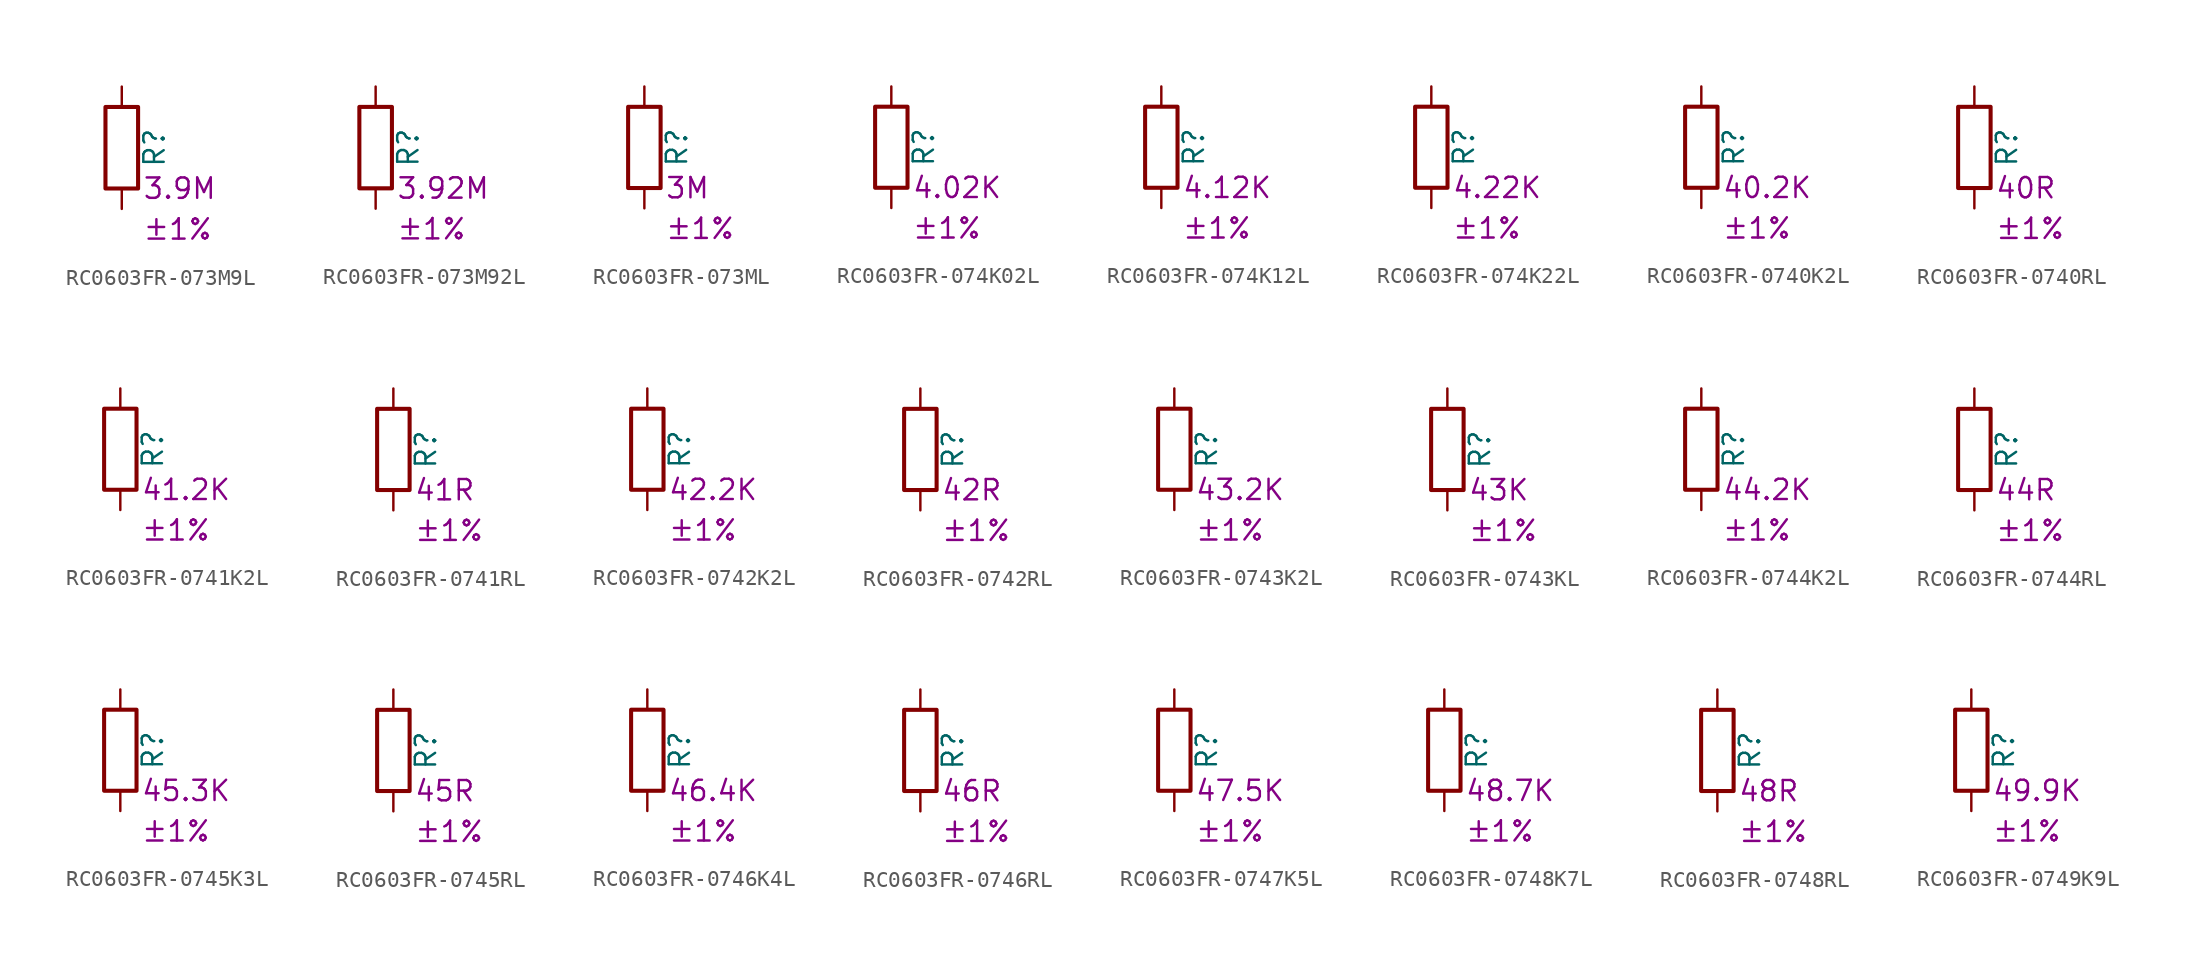
<source format=kicad_sym>
(kicad_symbol_lib
  (version 20220914)
  (generator kicad_symbol_editor)
  (symbol "RC0603FR-073M9L"
    (pin_numbers hide)
    (pin_names
      (offset 0))
    (property "Reference" "R"
      (at 2.032 0 90)
      (effects (font (size 1.27 1.27))))
    (property "Resistance" "3.9M"
      (at 1.27 -2.54 0)
      (effects (font (size 1.27 1.27)) (justify left)))
    (property "Tolerance" "±1%"
      (at 1.27 -5.08 0)
      (effects (font (size 1.27 1.27)) (justify left)))
    (symbol "RC0603FR-073M9L_0_1"
      (rectangle (start -1.016 -2.54) (end 1.016 2.54) (stroke (width 0.254) (type default)) (fill (type none))))
    (symbol "RC0603FR-073M9L_1_1"
      (pin passive line (at 0 3.81 270) (length 1.27) (name "~" (effects (font (size 1.27 1.27)))) (number "1" (effects (font (size 1.27 1.27)))))
      (pin passive line (at 0 -3.81 90) (length 1.27) (name "~" (effects (font (size 1.27 1.27)))) (number "2" (effects (font (size 1.27 1.27)))))))
  (symbol "RC0603FR-073M92L"
    (pin_numbers hide)
    (pin_names
      (offset 0))
    (property "Reference" "R"
      (at 2.032 0 90)
      (effects (font (size 1.27 1.27))))
    (property "Resistance" "3.92M"
      (at 1.27 -2.54 0)
      (effects (font (size 1.27 1.27)) (justify left)))
    (property "Tolerance" "±1%"
      (at 1.27 -5.08 0)
      (effects (font (size 1.27 1.27)) (justify left)))
    (symbol "RC0603FR-073M92L_0_1"
      (rectangle (start -1.016 -2.54) (end 1.016 2.54) (stroke (width 0.254) (type default)) (fill (type none))))
    (symbol "RC0603FR-073M92L_1_1"
      (pin passive line (at 0 3.81 270) (length 1.27) (name "~" (effects (font (size 1.27 1.27)))) (number "1" (effects (font (size 1.27 1.27)))))
      (pin passive line (at 0 -3.81 90) (length 1.27) (name "~" (effects (font (size 1.27 1.27)))) (number "2" (effects (font (size 1.27 1.27)))))))
  (symbol "RC0603FR-073ML"
    (pin_numbers hide)
    (pin_names
      (offset 0))
    (property "Reference" "R"
      (at 2.032 0 90)
      (effects (font (size 1.27 1.27))))
    (property "Resistance" "3M"
      (at 1.27 -2.54 0)
      (effects (font (size 1.27 1.27)) (justify left)))
    (property "Tolerance" "±1%"
      (at 1.27 -5.08 0)
      (effects (font (size 1.27 1.27)) (justify left)))
    (symbol "RC0603FR-073ML_0_1"
      (rectangle (start -1.016 -2.54) (end 1.016 2.54) (stroke (width 0.254) (type default)) (fill (type none))))
    (symbol "RC0603FR-073ML_1_1"
      (pin passive line (at 0 3.81 270) (length 1.27) (name "~" (effects (font (size 1.27 1.27)))) (number "1" (effects (font (size 1.27 1.27)))))
      (pin passive line (at 0 -3.81 90) (length 1.27) (name "~" (effects (font (size 1.27 1.27)))) (number "2" (effects (font (size 1.27 1.27)))))))
  (symbol "RC0603FR-074K02L"
    (pin_numbers hide)
    (pin_names
      (offset 0))
    (property "Reference" "R"
      (at 2.032 0 90)
      (effects (font (size 1.27 1.27))))
    (property "Resistance" "4.02K"
      (at 1.27 -2.54 0)
      (effects (font (size 1.27 1.27)) (justify left)))
    (property "Tolerance" "±1%"
      (at 1.27 -5.08 0)
      (effects (font (size 1.27 1.27)) (justify left)))
    (symbol "RC0603FR-074K02L_0_1"
      (rectangle (start -1.016 -2.54) (end 1.016 2.54) (stroke (width 0.254) (type default)) (fill (type none))))
    (symbol "RC0603FR-074K02L_1_1"
      (pin passive line (at 0 3.81 270) (length 1.27) (name "~" (effects (font (size 1.27 1.27)))) (number "1" (effects (font (size 1.27 1.27)))))
      (pin passive line (at 0 -3.81 90) (length 1.27) (name "~" (effects (font (size 1.27 1.27)))) (number "2" (effects (font (size 1.27 1.27)))))))
  (symbol "RC0603FR-074K12L"
    (pin_numbers hide)
    (pin_names
      (offset 0))
    (property "Reference" "R"
      (at 2.032 0 90)
      (effects (font (size 1.27 1.27))))
    (property "Resistance" "4.12K"
      (at 1.27 -2.54 0)
      (effects (font (size 1.27 1.27)) (justify left)))
    (property "Tolerance" "±1%"
      (at 1.27 -5.08 0)
      (effects (font (size 1.27 1.27)) (justify left)))
    (symbol "RC0603FR-074K12L_0_1"
      (rectangle (start -1.016 -2.54) (end 1.016 2.54) (stroke (width 0.254) (type default)) (fill (type none))))
    (symbol "RC0603FR-074K12L_1_1"
      (pin passive line (at 0 3.81 270) (length 1.27) (name "~" (effects (font (size 1.27 1.27)))) (number "1" (effects (font (size 1.27 1.27)))))
      (pin passive line (at 0 -3.81 90) (length 1.27) (name "~" (effects (font (size 1.27 1.27)))) (number "2" (effects (font (size 1.27 1.27)))))))
  (symbol "RC0603FR-074K22L"
    (pin_numbers hide)
    (pin_names
      (offset 0))
    (property "Reference" "R"
      (at 2.032 0 90)
      (effects (font (size 1.27 1.27))))
    (property "Resistance" "4.22K"
      (at 1.27 -2.54 0)
      (effects (font (size 1.27 1.27)) (justify left)))
    (property "Tolerance" "±1%"
      (at 1.27 -5.08 0)
      (effects (font (size 1.27 1.27)) (justify left)))
    (symbol "RC0603FR-074K22L_0_1"
      (rectangle (start -1.016 -2.54) (end 1.016 2.54) (stroke (width 0.254) (type default)) (fill (type none))))
    (symbol "RC0603FR-074K22L_1_1"
      (pin passive line (at 0 3.81 270) (length 1.27) (name "~" (effects (font (size 1.27 1.27)))) (number "1" (effects (font (size 1.27 1.27)))))
      (pin passive line (at 0 -3.81 90) (length 1.27) (name "~" (effects (font (size 1.27 1.27)))) (number "2" (effects (font (size 1.27 1.27)))))))
  (symbol "RC0603FR-0740K2L"
    (pin_numbers hide)
    (pin_names
      (offset 0))
    (property "Reference" "R"
      (at 2.032 0 90)
      (effects (font (size 1.27 1.27))))
    (property "Resistance" "40.2K"
      (at 1.27 -2.54 0)
      (effects (font (size 1.27 1.27)) (justify left)))
    (property "Tolerance" "±1%"
      (at 1.27 -5.08 0)
      (effects (font (size 1.27 1.27)) (justify left)))
    (symbol "RC0603FR-0740K2L_0_1"
      (rectangle (start -1.016 -2.54) (end 1.016 2.54) (stroke (width 0.254) (type default)) (fill (type none))))
    (symbol "RC0603FR-0740K2L_1_1"
      (pin passive line (at 0 3.81 270) (length 1.27) (name "~" (effects (font (size 1.27 1.27)))) (number "1" (effects (font (size 1.27 1.27)))))
      (pin passive line (at 0 -3.81 90) (length 1.27) (name "~" (effects (font (size 1.27 1.27)))) (number "2" (effects (font (size 1.27 1.27)))))))
  (symbol "RC0603FR-0740RL"
    (pin_numbers hide)
    (pin_names
      (offset 0))
    (property "Reference" "R"
      (at 2.032 0 90)
      (effects (font (size 1.27 1.27))))
    (property "Resistance" "40R"
      (at 1.27 -2.54 0)
      (effects (font (size 1.27 1.27)) (justify left)))
    (property "Tolerance" "±1%"
      (at 1.27 -5.08 0)
      (effects (font (size 1.27 1.27)) (justify left)))
    (symbol "RC0603FR-0740RL_0_1"
      (rectangle (start -1.016 -2.54) (end 1.016 2.54) (stroke (width 0.254) (type default)) (fill (type none))))
    (symbol "RC0603FR-0740RL_1_1"
      (pin passive line (at 0 3.81 270) (length 1.27) (name "~" (effects (font (size 1.27 1.27)))) (number "1" (effects (font (size 1.27 1.27)))))
      (pin passive line (at 0 -3.81 90) (length 1.27) (name "~" (effects (font (size 1.27 1.27)))) (number "2" (effects (font (size 1.27 1.27)))))))
  (symbol "RC0603FR-0741K2L"
    (pin_numbers hide)
    (pin_names
      (offset 0))
    (property "Reference" "R"
      (at 2.032 0 90)
      (effects (font (size 1.27 1.27))))
    (property "Resistance" "41.2K"
      (at 1.27 -2.54 0)
      (effects (font (size 1.27 1.27)) (justify left)))
    (property "Tolerance" "±1%"
      (at 1.27 -5.08 0)
      (effects (font (size 1.27 1.27)) (justify left)))
    (symbol "RC0603FR-0741K2L_0_1"
      (rectangle (start -1.016 -2.54) (end 1.016 2.54) (stroke (width 0.254) (type default)) (fill (type none))))
    (symbol "RC0603FR-0741K2L_1_1"
      (pin passive line (at 0 3.81 270) (length 1.27) (name "~" (effects (font (size 1.27 1.27)))) (number "1" (effects (font (size 1.27 1.27)))))
      (pin passive line (at 0 -3.81 90) (length 1.27) (name "~" (effects (font (size 1.27 1.27)))) (number "2" (effects (font (size 1.27 1.27)))))))
  (symbol "RC0603FR-0741RL"
    (pin_numbers hide)
    (pin_names
      (offset 0))
    (property "Reference" "R"
      (at 2.032 0 90)
      (effects (font (size 1.27 1.27))))
    (property "Resistance" "41R"
      (at 1.27 -2.54 0)
      (effects (font (size 1.27 1.27)) (justify left)))
    (property "Tolerance" "±1%"
      (at 1.27 -5.08 0)
      (effects (font (size 1.27 1.27)) (justify left)))
    (symbol "RC0603FR-0741RL_0_1"
      (rectangle (start -1.016 -2.54) (end 1.016 2.54) (stroke (width 0.254) (type default)) (fill (type none))))
    (symbol "RC0603FR-0741RL_1_1"
      (pin passive line (at 0 3.81 270) (length 1.27) (name "~" (effects (font (size 1.27 1.27)))) (number "1" (effects (font (size 1.27 1.27)))))
      (pin passive line (at 0 -3.81 90) (length 1.27) (name "~" (effects (font (size 1.27 1.27)))) (number "2" (effects (font (size 1.27 1.27)))))))
  (symbol "RC0603FR-0742K2L"
    (pin_numbers hide)
    (pin_names
      (offset 0))
    (property "Reference" "R"
      (at 2.032 0 90)
      (effects (font (size 1.27 1.27))))
    (property "Resistance" "42.2K"
      (at 1.27 -2.54 0)
      (effects (font (size 1.27 1.27)) (justify left)))
    (property "Tolerance" "±1%"
      (at 1.27 -5.08 0)
      (effects (font (size 1.27 1.27)) (justify left)))
    (symbol "RC0603FR-0742K2L_0_1"
      (rectangle (start -1.016 -2.54) (end 1.016 2.54) (stroke (width 0.254) (type default)) (fill (type none))))
    (symbol "RC0603FR-0742K2L_1_1"
      (pin passive line (at 0 3.81 270) (length 1.27) (name "~" (effects (font (size 1.27 1.27)))) (number "1" (effects (font (size 1.27 1.27)))))
      (pin passive line (at 0 -3.81 90) (length 1.27) (name "~" (effects (font (size 1.27 1.27)))) (number "2" (effects (font (size 1.27 1.27)))))))
  (symbol "RC0603FR-0742RL"
    (pin_numbers hide)
    (pin_names
      (offset 0))
    (property "Reference" "R"
      (at 2.032 0 90)
      (effects (font (size 1.27 1.27))))
    (property "Resistance" "42R"
      (at 1.27 -2.54 0)
      (effects (font (size 1.27 1.27)) (justify left)))
    (property "Tolerance" "±1%"
      (at 1.27 -5.08 0)
      (effects (font (size 1.27 1.27)) (justify left)))
    (symbol "RC0603FR-0742RL_0_1"
      (rectangle (start -1.016 -2.54) (end 1.016 2.54) (stroke (width 0.254) (type default)) (fill (type none))))
    (symbol "RC0603FR-0742RL_1_1"
      (pin passive line (at 0 3.81 270) (length 1.27) (name "~" (effects (font (size 1.27 1.27)))) (number "1" (effects (font (size 1.27 1.27)))))
      (pin passive line (at 0 -3.81 90) (length 1.27) (name "~" (effects (font (size 1.27 1.27)))) (number "2" (effects (font (size 1.27 1.27)))))))
  (symbol "RC0603FR-0743K2L"
    (pin_numbers hide)
    (pin_names
      (offset 0))
    (property "Reference" "R"
      (at 2.032 0 90)
      (effects (font (size 1.27 1.27))))
    (property "Resistance" "43.2K"
      (at 1.27 -2.54 0)
      (effects (font (size 1.27 1.27)) (justify left)))
    (property "Tolerance" "±1%"
      (at 1.27 -5.08 0)
      (effects (font (size 1.27 1.27)) (justify left)))
    (symbol "RC0603FR-0743K2L_0_1"
      (rectangle (start -1.016 -2.54) (end 1.016 2.54) (stroke (width 0.254) (type default)) (fill (type none))))
    (symbol "RC0603FR-0743K2L_1_1"
      (pin passive line (at 0 3.81 270) (length 1.27) (name "~" (effects (font (size 1.27 1.27)))) (number "1" (effects (font (size 1.27 1.27)))))
      (pin passive line (at 0 -3.81 90) (length 1.27) (name "~" (effects (font (size 1.27 1.27)))) (number "2" (effects (font (size 1.27 1.27)))))))
  (symbol "RC0603FR-0743KL"
    (pin_numbers hide)
    (pin_names
      (offset 0))
    (property "Reference" "R"
      (at 2.032 0 90)
      (effects (font (size 1.27 1.27))))
    (property "Resistance" "43K"
      (at 1.27 -2.54 0)
      (effects (font (size 1.27 1.27)) (justify left)))
    (property "Tolerance" "±1%"
      (at 1.27 -5.08 0)
      (effects (font (size 1.27 1.27)) (justify left)))
    (symbol "RC0603FR-0743KL_0_1"
      (rectangle (start -1.016 -2.54) (end 1.016 2.54) (stroke (width 0.254) (type default)) (fill (type none))))
    (symbol "RC0603FR-0743KL_1_1"
      (pin passive line (at 0 3.81 270) (length 1.27) (name "~" (effects (font (size 1.27 1.27)))) (number "1" (effects (font (size 1.27 1.27)))))
      (pin passive line (at 0 -3.81 90) (length 1.27) (name "~" (effects (font (size 1.27 1.27)))) (number "2" (effects (font (size 1.27 1.27)))))))
  (symbol "RC0603FR-0744K2L"
    (pin_numbers hide)
    (pin_names
      (offset 0))
    (property "Reference" "R"
      (at 2.032 0 90)
      (effects (font (size 1.27 1.27))))
    (property "Resistance" "44.2K"
      (at 1.27 -2.54 0)
      (effects (font (size 1.27 1.27)) (justify left)))
    (property "Tolerance" "±1%"
      (at 1.27 -5.08 0)
      (effects (font (size 1.27 1.27)) (justify left)))
    (symbol "RC0603FR-0744K2L_0_1"
      (rectangle (start -1.016 -2.54) (end 1.016 2.54) (stroke (width 0.254) (type default)) (fill (type none))))
    (symbol "RC0603FR-0744K2L_1_1"
      (pin passive line (at 0 3.81 270) (length 1.27) (name "~" (effects (font (size 1.27 1.27)))) (number "1" (effects (font (size 1.27 1.27)))))
      (pin passive line (at 0 -3.81 90) (length 1.27) (name "~" (effects (font (size 1.27 1.27)))) (number "2" (effects (font (size 1.27 1.27)))))))
  (symbol "RC0603FR-0744RL"
    (pin_numbers hide)
    (pin_names
      (offset 0))
    (property "Reference" "R"
      (at 2.032 0 90)
      (effects (font (size 1.27 1.27))))
    (property "Resistance" "44R"
      (at 1.27 -2.54 0)
      (effects (font (size 1.27 1.27)) (justify left)))
    (property "Tolerance" "±1%"
      (at 1.27 -5.08 0)
      (effects (font (size 1.27 1.27)) (justify left)))
    (symbol "RC0603FR-0744RL_0_1"
      (rectangle (start -1.016 -2.54) (end 1.016 2.54) (stroke (width 0.254) (type default)) (fill (type none))))
    (symbol "RC0603FR-0744RL_1_1"
      (pin passive line (at 0 3.81 270) (length 1.27) (name "~" (effects (font (size 1.27 1.27)))) (number "1" (effects (font (size 1.27 1.27)))))
      (pin passive line (at 0 -3.81 90) (length 1.27) (name "~" (effects (font (size 1.27 1.27)))) (number "2" (effects (font (size 1.27 1.27)))))))
  (symbol "RC0603FR-0745K3L"
    (pin_numbers hide)
    (pin_names
      (offset 0))
    (property "Reference" "R"
      (at 2.032 0 90)
      (effects (font (size 1.27 1.27))))
    (property "Resistance" "45.3K"
      (at 1.27 -2.54 0)
      (effects (font (size 1.27 1.27)) (justify left)))
    (property "Tolerance" "±1%"
      (at 1.27 -5.08 0)
      (effects (font (size 1.27 1.27)) (justify left)))
    (symbol "RC0603FR-0745K3L_0_1"
      (rectangle (start -1.016 -2.54) (end 1.016 2.54) (stroke (width 0.254) (type default)) (fill (type none))))
    (symbol "RC0603FR-0745K3L_1_1"
      (pin passive line (at 0 3.81 270) (length 1.27) (name "~" (effects (font (size 1.27 1.27)))) (number "1" (effects (font (size 1.27 1.27)))))
      (pin passive line (at 0 -3.81 90) (length 1.27) (name "~" (effects (font (size 1.27 1.27)))) (number "2" (effects (font (size 1.27 1.27)))))))
  (symbol "RC0603FR-0745RL"
    (pin_numbers hide)
    (pin_names
      (offset 0))
    (property "Reference" "R"
      (at 2.032 0 90)
      (effects (font (size 1.27 1.27))))
    (property "Resistance" "45R"
      (at 1.27 -2.54 0)
      (effects (font (size 1.27 1.27)) (justify left)))
    (property "Tolerance" "±1%"
      (at 1.27 -5.08 0)
      (effects (font (size 1.27 1.27)) (justify left)))
    (symbol "RC0603FR-0745RL_0_1"
      (rectangle (start -1.016 -2.54) (end 1.016 2.54) (stroke (width 0.254) (type default)) (fill (type none))))
    (symbol "RC0603FR-0745RL_1_1"
      (pin passive line (at 0 3.81 270) (length 1.27) (name "~" (effects (font (size 1.27 1.27)))) (number "1" (effects (font (size 1.27 1.27)))))
      (pin passive line (at 0 -3.81 90) (length 1.27) (name "~" (effects (font (size 1.27 1.27)))) (number "2" (effects (font (size 1.27 1.27)))))))
  (symbol "RC0603FR-0746K4L"
    (pin_numbers hide)
    (pin_names
      (offset 0))
    (property "Reference" "R"
      (at 2.032 0 90)
      (effects (font (size 1.27 1.27))))
    (property "Resistance" "46.4K"
      (at 1.27 -2.54 0)
      (effects (font (size 1.27 1.27)) (justify left)))
    (property "Tolerance" "±1%"
      (at 1.27 -5.08 0)
      (effects (font (size 1.27 1.27)) (justify left)))
    (symbol "RC0603FR-0746K4L_0_1"
      (rectangle (start -1.016 -2.54) (end 1.016 2.54) (stroke (width 0.254) (type default)) (fill (type none))))
    (symbol "RC0603FR-0746K4L_1_1"
      (pin passive line (at 0 3.81 270) (length 1.27) (name "~" (effects (font (size 1.27 1.27)))) (number "1" (effects (font (size 1.27 1.27)))))
      (pin passive line (at 0 -3.81 90) (length 1.27) (name "~" (effects (font (size 1.27 1.27)))) (number "2" (effects (font (size 1.27 1.27)))))))
  (symbol "RC0603FR-0746RL"
    (pin_numbers hide)
    (pin_names
      (offset 0))
    (property "Reference" "R"
      (at 2.032 0 90)
      (effects (font (size 1.27 1.27))))
    (property "Resistance" "46R"
      (at 1.27 -2.54 0)
      (effects (font (size 1.27 1.27)) (justify left)))
    (property "Tolerance" "±1%"
      (at 1.27 -5.08 0)
      (effects (font (size 1.27 1.27)) (justify left)))
    (symbol "RC0603FR-0746RL_0_1"
      (rectangle (start -1.016 -2.54) (end 1.016 2.54) (stroke (width 0.254) (type default)) (fill (type none))))
    (symbol "RC0603FR-0746RL_1_1"
      (pin passive line (at 0 3.81 270) (length 1.27) (name "~" (effects (font (size 1.27 1.27)))) (number "1" (effects (font (size 1.27 1.27)))))
      (pin passive line (at 0 -3.81 90) (length 1.27) (name "~" (effects (font (size 1.27 1.27)))) (number "2" (effects (font (size 1.27 1.27)))))))
  (symbol "RC0603FR-0747K5L"
    (pin_numbers hide)
    (pin_names
      (offset 0))
    (property "Reference" "R"
      (at 2.032 0 90)
      (effects (font (size 1.27 1.27))))
    (property "Resistance" "47.5K"
      (at 1.27 -2.54 0)
      (effects (font (size 1.27 1.27)) (justify left)))
    (property "Tolerance" "±1%"
      (at 1.27 -5.08 0)
      (effects (font (size 1.27 1.27)) (justify left)))
    (symbol "RC0603FR-0747K5L_0_1"
      (rectangle (start -1.016 -2.54) (end 1.016 2.54) (stroke (width 0.254) (type default)) (fill (type none))))
    (symbol "RC0603FR-0747K5L_1_1"
      (pin passive line (at 0 3.81 270) (length 1.27) (name "~" (effects (font (size 1.27 1.27)))) (number "1" (effects (font (size 1.27 1.27)))))
      (pin passive line (at 0 -3.81 90) (length 1.27) (name "~" (effects (font (size 1.27 1.27)))) (number "2" (effects (font (size 1.27 1.27)))))))
  (symbol "RC0603FR-0748K7L"
    (pin_numbers hide)
    (pin_names
      (offset 0))
    (property "Reference" "R"
      (at 2.032 0 90)
      (effects (font (size 1.27 1.27))))
    (property "Resistance" "48.7K"
      (at 1.27 -2.54 0)
      (effects (font (size 1.27 1.27)) (justify left)))
    (property "Tolerance" "±1%"
      (at 1.27 -5.08 0)
      (effects (font (size 1.27 1.27)) (justify left)))
    (symbol "RC0603FR-0748K7L_0_1"
      (rectangle (start -1.016 -2.54) (end 1.016 2.54) (stroke (width 0.254) (type default)) (fill (type none))))
    (symbol "RC0603FR-0748K7L_1_1"
      (pin passive line (at 0 3.81 270) (length 1.27) (name "~" (effects (font (size 1.27 1.27)))) (number "1" (effects (font (size 1.27 1.27)))))
      (pin passive line (at 0 -3.81 90) (length 1.27) (name "~" (effects (font (size 1.27 1.27)))) (number "2" (effects (font (size 1.27 1.27)))))))
  (symbol "RC0603FR-0748RL"
    (pin_numbers hide)
    (pin_names
      (offset 0))
    (property "Reference" "R"
      (at 2.032 0 90)
      (effects (font (size 1.27 1.27))))
    (property "Resistance" "48R"
      (at 1.27 -2.54 0)
      (effects (font (size 1.27 1.27)) (justify left)))
    (property "Tolerance" "±1%"
      (at 1.27 -5.08 0)
      (effects (font (size 1.27 1.27)) (justify left)))
    (symbol "RC0603FR-0748RL_0_1"
      (rectangle (start -1.016 -2.54) (end 1.016 2.54) (stroke (width 0.254) (type default)) (fill (type none))))
    (symbol "RC0603FR-0748RL_1_1"
      (pin passive line (at 0 3.81 270) (length 1.27) (name "~" (effects (font (size 1.27 1.27)))) (number "1" (effects (font (size 1.27 1.27)))))
      (pin passive line (at 0 -3.81 90) (length 1.27) (name "~" (effects (font (size 1.27 1.27)))) (number "2" (effects (font (size 1.27 1.27)))))))
  (symbol "RC0603FR-0749K9L"
    (pin_numbers hide)
    (pin_names
      (offset 0))
    (property "Reference" "R"
      (at 2.032 0 90)
      (effects (font (size 1.27 1.27))))
    (property "Resistance" "49.9K"
      (at 1.27 -2.54 0)
      (effects (font (size 1.27 1.27)) (justify left)))
    (property "Tolerance" "±1%"
      (at 1.27 -5.08 0)
      (effects (font (size 1.27 1.27)) (justify left)))
    (symbol "RC0603FR-0749K9L_0_1"
      (rectangle (start -1.016 -2.54) (end 1.016 2.54) (stroke (width 0.254) (type default)) (fill (type none))))
    (symbol "RC0603FR-0749K9L_1_1"
      (pin passive line (at 0 3.81 270) (length 1.27) (name "~" (effects (font (size 1.27 1.27)))) (number "1" (effects (font (size 1.27 1.27)))))
      (pin passive line (at 0 -3.81 90) (length 1.27) (name "~" (effects (font (size 1.27 1.27)))) (number "2" (effects (font (size 1.27 1.27))))))))
</source>
